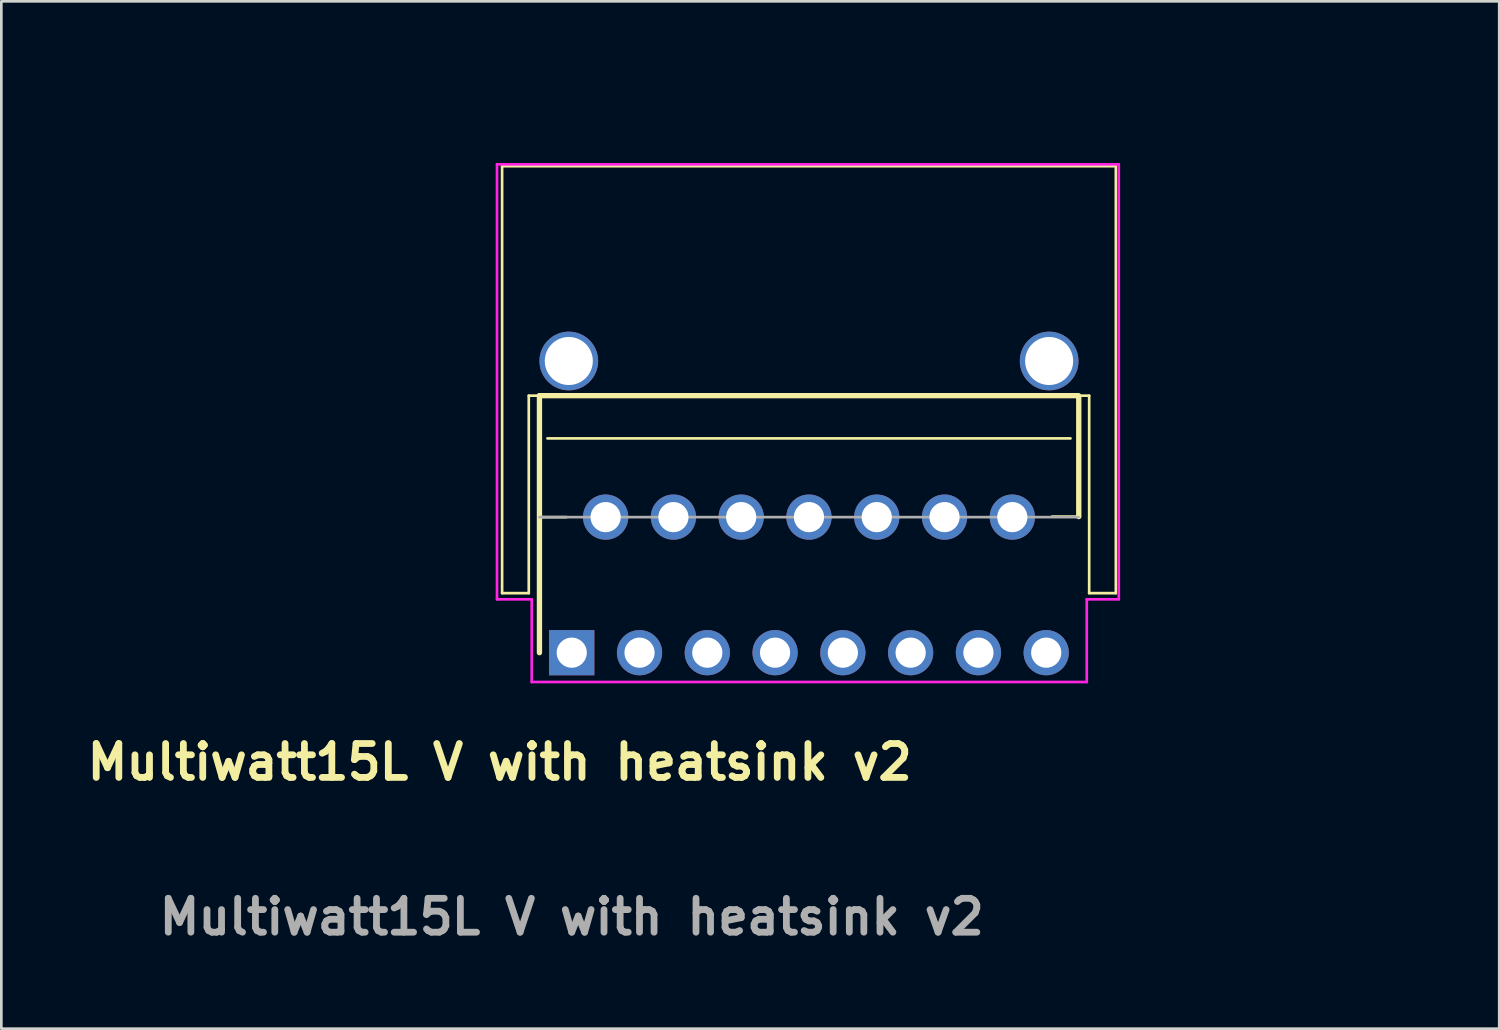
<source format=kicad_pcb>
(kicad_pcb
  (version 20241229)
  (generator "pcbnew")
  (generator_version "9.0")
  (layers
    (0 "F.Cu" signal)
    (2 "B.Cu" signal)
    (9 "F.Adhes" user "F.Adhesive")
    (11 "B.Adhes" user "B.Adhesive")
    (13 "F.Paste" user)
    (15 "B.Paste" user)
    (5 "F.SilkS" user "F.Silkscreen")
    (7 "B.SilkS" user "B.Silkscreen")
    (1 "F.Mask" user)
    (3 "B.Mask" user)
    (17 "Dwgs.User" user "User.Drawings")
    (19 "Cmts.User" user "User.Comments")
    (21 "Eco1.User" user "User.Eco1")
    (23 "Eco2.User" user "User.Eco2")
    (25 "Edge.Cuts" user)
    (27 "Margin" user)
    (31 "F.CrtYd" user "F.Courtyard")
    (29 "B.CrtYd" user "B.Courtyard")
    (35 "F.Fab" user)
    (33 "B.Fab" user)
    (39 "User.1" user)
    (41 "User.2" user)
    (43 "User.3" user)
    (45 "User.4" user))
  (footprint "Multiwatt15L V with heatsink v2"
    (layer "F.Cu")
    (at 18.375 21.408)
    (property "Reference" "Multiwatt15L V with heatsink v2" (at -2.7 4.1 0) (layer "F.SilkS") (effects (font (size 1.27 1.27) (thickness 0.254))))
    (attr through_hole)
    (fp_line (start -2.61 -18.23) (end -2.61 -2.23) (stroke (width 0.1) (type default)) (layer "F.SilkS"))
    (fp_line (start -2.61 -18.23) (end 20.39 -18.23) (stroke (width 0.1) (type default)) (layer "F.SilkS"))
    (fp_line (start -2.61 -2.23) (end -1.61 -2.23) (stroke (width 0.1) (type default)) (layer "F.SilkS"))
    (fp_line (start -1.61 -9.63) (end -1.21 -9.63) (stroke (width 0.1) (type default)) (layer "F.SilkS"))
    (fp_line (start -1.61 -2.23) (end -1.61 -9.63) (stroke (width 0.1) (type default)) (layer "F.SilkS"))
    (fp_line (start -1.21 -9.63) (end -1.21 0) (stroke (width 0.2) (type solid)) (layer "F.SilkS"))
    (fp_line (start -1.2 -5.08) (end -0.2 -5.08) (stroke (width 0.1) (type default)) (layer "F.SilkS"))
    (fp_line (start -0.91 -9.63) (end 18.69 -9.63) (stroke (width 0.1) (type default)) (layer "F.SilkS"))
    (fp_line (start -0.91 -8.03) (end 18.69 -8.03) (stroke (width 0.1) (type default)) (layer "F.SilkS"))
    (fp_line (start 18 -5.1) (end 19 -5.1) (stroke (width 0.1) (type default)) (layer "F.SilkS"))
    (fp_line (start 18.99 -9.63) (end -1.21 -9.63) (stroke (width 0.2) (type solid)) (layer "F.SilkS"))
    (fp_line (start 19 -5.1) (end 19 -9.6) (stroke (width 0.2) (type solid)) (layer "F.SilkS"))
    (fp_line (start 19.39 -9.63) (end 18.99 -9.63) (stroke (width 0.1) (type default)) (layer "F.SilkS"))
    (fp_line (start 19.39 -2.23) (end 19.39 -9.63) (stroke (width 0.1) (type default)) (layer "F.SilkS"))
    (fp_line (start 20.39 -18.23) (end 20.39 -2.23) (stroke (width 0.1) (type default)) (layer "F.SilkS"))
    (fp_line (start 20.39 -2.23) (end 19.39 -2.23) (stroke (width 0.1) (type default)) (layer "F.SilkS"))
    (fp_line (start -2.8 -18.3) (end 20.5 -18.3) (stroke (width 0.1) (type default)) (layer "F.CrtYd"))
    (fp_line (start -2.8 -2) (end -2.8 -18.3) (stroke (width 0.1) (type default)) (layer "F.CrtYd"))
    (fp_line (start -1.5 -2) (end -2.8 -2) (stroke (width 0.1) (type default)) (layer "F.CrtYd"))
    (fp_line (start -1.5 1.1) (end -1.5 -2) (stroke (width 0.1) (type default)) (layer "F.CrtYd"))
    (fp_line (start 19.3 -2) (end 19.3 1.1) (stroke (width 0.1) (type default)) (layer "F.CrtYd"))
    (fp_line (start 19.3 1.1) (end -1.5 1.1) (stroke (width 0.1) (type default)) (layer "F.CrtYd"))
    (fp_line (start 20.5 -18.3) (end 20.5 -2) (stroke (width 0.1) (type default)) (layer "F.CrtYd"))
    (fp_line (start 20.5 -2) (end 19.3 -2) (stroke (width 0.1) (type default)) (layer "F.CrtYd"))
    (fp_line (start 18.99 -5.08) (end -1.21 -5.08) (stroke (width 0.1) (type solid)) (layer "F.Fab"))
    (fp_line (start 0 0) (end 0 -5.08) (stroke (width 0.1) (type default)) (layer "User.1"))
    (fp_line (start 0 0) (end 17.78 0) (stroke (width 0.1) (type default)) (layer "User.1"))
    (fp_line (start -0.11 -9.63) (end -0.11 -10.93) (stroke (width 0.1) (type default)) (layer "User.3"))
    (fp_text user "${REFERENCE}" (at 0 9.9 0) (layer "F.Fab") (effects (font (size 1.27 1.27) (thickness 0.254))))
    (fp_text user "L298N" (at 6.8 -2 0) (unlocked yes) (layer "User.1") (effects (font (size 1 1) (thickness 0.15)) (justify left bottom)))
    (fp_text user "Heatsink " (at 5.5 -11.5 0) (unlocked yes) (layer "User.1") (effects (font (size 1 1) (thickness 0.15)) (justify left bottom)))
    (dimension (type aligned) (layer "User.3") (pts (xy 18.375 21.408) (xy 18.375 16.328)) (height -4.2) (format (prefix "") (suffix "") (units 3) (units_format 1) (precision 2)) (style (thickness 0.1) (arrow_length 1.27) (text_position_mode 0) (arrow_direction outward) (extension_height 0.586) (extension_offset 0.5) (keep_text_aligned yes)) (gr_text "5.08 mm" (at 13.025 18.868 90) (layer "User.3") (effects (font (size 1 1) (thickness 0.15)))))
    (dimension (type aligned) (layer "User.3") (pts (xy 27.265 11.778) (xy 27.265 3.178)) (height 14.38) (format (prefix "") (suffix "") (units 3) (units_format 1) (precision 2)) (style (thickness 0.1) (arrow_length 1.27) (text_position_mode 2) (arrow_direction outward) (extension_height 0.586) (extension_offset 0.5) (keep_text_aligned yes)) (gr_text "8.60 mm" (at 40.175 6.758 90) (layer "User.3") (effects (font (size 1 1) (thickness 0.15)))))
    (dimension (type aligned) (layer "User.3") (pts (xy 17.515 10.478) (xy 19.015 10.478)) (height 3.37) (format (prefix "") (suffix "") (units 3) (units_format 1) (precision 2)) (style (thickness 0.1) (arrow_length 1.27) (text_position_mode 2) (arrow_direction outward) (extension_height 0.586) (extension_offset 0.5) (keep_text_aligned yes)) (gr_text "1.50 mm" (at 18.325 15.108 0) (layer "User.3") (effects (font (size 1 1) (thickness 0.15)))))
    (dimension (type aligned) (layer "User.3") (pts (xy 16.765 11.778) (xy 37.765 11.778)) (height -6.46) (format (prefix "") (suffix "") (units 3) (units_format 1) (precision 2)) (style (thickness 0.1) (arrow_length 1.27) (text_position_mode 0) (arrow_direction outward) (extension_height 0.586) (extension_offset 0.5) (keep_text_aligned yes)) (gr_text "21.00 mm" (at 27.265 4.168 0) (layer "User.3") (effects (font (size 1 1) (thickness 0.15)))))
    (dimension (type aligned) (layer "User.3") (pts (xy 15.765 3.178) (xy 38.765 3.178)) (height -1.18) (format (prefix "") (suffix "") (units 3) (units_format 1) (precision 2)) (style (thickness 0.1) (arrow_length 1.27) (text_position_mode 0) (arrow_direction outward) (extension_height 0.586) (extension_offset 0.5) (keep_text_aligned yes)) (gr_text "23.00 mm" (at 27.265 0.848 0) (layer "User.3") (effects (font (size 1 1) (thickness 0.15)))))
    (dimension (type aligned) (layer "User.3") (pts (xy 35.165 10.478) (xy 37.365 10.478)) (height 3.575) (format (prefix "") (suffix "") (units 3) (units_format 1) (precision 2)) (style (thickness 0.1) (arrow_length 1.27) (text_position_mode 0) (arrow_direction outward) (extension_height 0.586) (extension_offset 0.5) (keep_text_aligned yes)) (gr_text "2.20 mm" (at 36.265 12.903 0) (layer "User.3") (effects (font (size 1 1) (thickness 0.15)))))
    (dimension (type aligned) (layer "User.3") (pts (xy 17.165 16.328) (xy 17.165 11.778)) (height -5.43) (format (prefix "") (suffix "") (units 3) (units_format 1) (precision 2)) (style (thickness 0.1) (arrow_length 1.27) (text_position_mode 0) (arrow_direction outward) (extension_height 0.586) (extension_offset 0.5) (keep_text_aligned yes)) (gr_text "4.55 mm" (at 10.585 14.053 90) (layer "User.3") (effects (font (size 1 1) (thickness 0.15)))))
    (dimension (type aligned) (layer "User.3") (pts (xy 18.375 21.408) (xy 36.155 21.408)) (height 3.5) (format (prefix "") (suffix "") (units 3) (units_format 1) (precision 2)) (style (thickness 0.1) (arrow_length 1.27) (text_position_mode 0) (arrow_direction outward) (extension_height 0.586) (extension_offset 0.5) (keep_text_aligned yes)) (gr_text "17.78 mm" (at 27.265 23.758 0) (layer "User.3") (effects (font (size 1 1) (thickness 0.15)))))
    (dimension (type aligned) (layer "User.3") (pts (xy 37.765 19.178) (xy 38.765 19.178)) (height 8.85) (format (prefix "") (suffix "") (units 3) (units_format 1) (precision 2)) (style (thickness 0.1) (arrow_length 1.27) (text_position_mode 0) (arrow_direction outward) (extension_height 0.586) (extension_offset 0.5) (keep_text_aligned yes)) (gr_text "1.00 mm" (at 38.265 26.878 0) (layer "User.3") (effects (font (size 1 1) (thickness 0.15)))))
    (dimension (type aligned) (layer "User.3") (pts (xy 18.265 10.478) (xy 18.265 11.778)) (height -26.96) (format (prefix "") (suffix "") (units 3) (units_format 1) (precision 2)) (style (thickness 0.1) (arrow_length 1.27) (text_position_mode 2) (arrow_direction outward) (extension_height 0.586) (extension_offset 0.5) (keep_text_aligned yes)) (gr_text "1.30 mm" (at 46.625 11.128 90) (layer "User.3") (effects (font (size 1 1) (thickness 0.15)))))
    (dimension (type aligned) (layer "User.3") (pts (xy 36.265 10.508) (xy 18.265 10.508)) (height 2.9) (format (prefix "") (suffix "") (units 3) (units_format 1) (precision 4)) (style (thickness 0.1) (arrow_length 1.27) (text_position_mode 0) (arrow_direction outward) (extension_height 0.586) (extension_offset 0.5) (keep_text_aligned yes)) (gr_text "18.0000 mm" (at 27.265 6.458 0) (layer "User.3") (effects (font (size 1 1) (thickness 0.15)))))
    (pad "1" thru_hole rect (at 0 0) (size 1.695 1.695) (drill 1.13) (layers "*.Cu" "*.Mask"))
    (pad "2" thru_hole circle (at 1.27 -5.08) (size 1.695 1.695) (drill 1.13) (layers "*.Cu" "*.Mask"))
    (pad "3" thru_hole circle (at 2.54 0) (size 1.695 1.695) (drill 1.13) (layers "*.Cu" "*.Mask"))
    (pad "4" thru_hole circle (at 3.81 -5.08) (size 1.695 1.695) (drill 1.13) (layers "*.Cu" "*.Mask"))
    (pad "5" thru_hole circle (at 5.08 0) (size 1.695 1.695) (drill 1.13) (layers "*.Cu" "*.Mask"))
    (pad "6" thru_hole circle (at 6.35 -5.08) (size 1.695 1.695) (drill 1.13) (layers "*.Cu" "*.Mask"))
    (pad "7" thru_hole circle (at 7.62 0) (size 1.695 1.695) (drill 1.13) (layers "*.Cu" "*.Mask"))
    (pad "8" thru_hole circle (at -0.11 -10.93) (size 2.2 2.2) (drill 1.8) (layers "*.Cu" "*.Mask"))
    (pad "8" thru_hole circle (at 8.89 -5.08) (size 1.695 1.695) (drill 1.13) (layers "*.Cu" "*.Mask"))
    (pad "8" thru_hole circle (at 17.89 -10.93) (size 2.2 2.2) (drill 1.8) (layers "*.Cu" "*.Mask"))
    (pad "9" thru_hole circle (at 10.16 0) (size 1.695 1.695) (drill 1.13) (layers "*.Cu" "*.Mask"))
    (pad "10" thru_hole circle (at 11.43 -5.08) (size 1.695 1.695) (drill 1.13) (layers "*.Cu" "*.Mask"))
    (pad "11" thru_hole circle (at 12.7 0) (size 1.695 1.695) (drill 1.13) (layers "*.Cu" "*.Mask"))
    (pad "12" thru_hole circle (at 13.97 -5.08) (size 1.695 1.695) (drill 1.13) (layers "*.Cu" "*.Mask"))
    (pad "13" thru_hole circle (at 15.24 0) (size 1.695 1.695) (drill 1.13) (layers "*.Cu" "*.Mask"))
    (pad "14" thru_hole circle (at 16.51 -5.08) (size 1.695 1.695) (drill 1.13) (layers "*.Cu" "*.Mask"))
    (pad "15" thru_hole circle (at 17.78 0) (size 1.695 1.695) (drill 1.13) (layers "*.Cu" "*.Mask")))
  (gr_rect
    (start -3 -3)
    (end 53.131 35.497)
    (stroke (width 0.1) (type default))
    (fill no)
    (layer "Edge.Cuts")))
</source>
